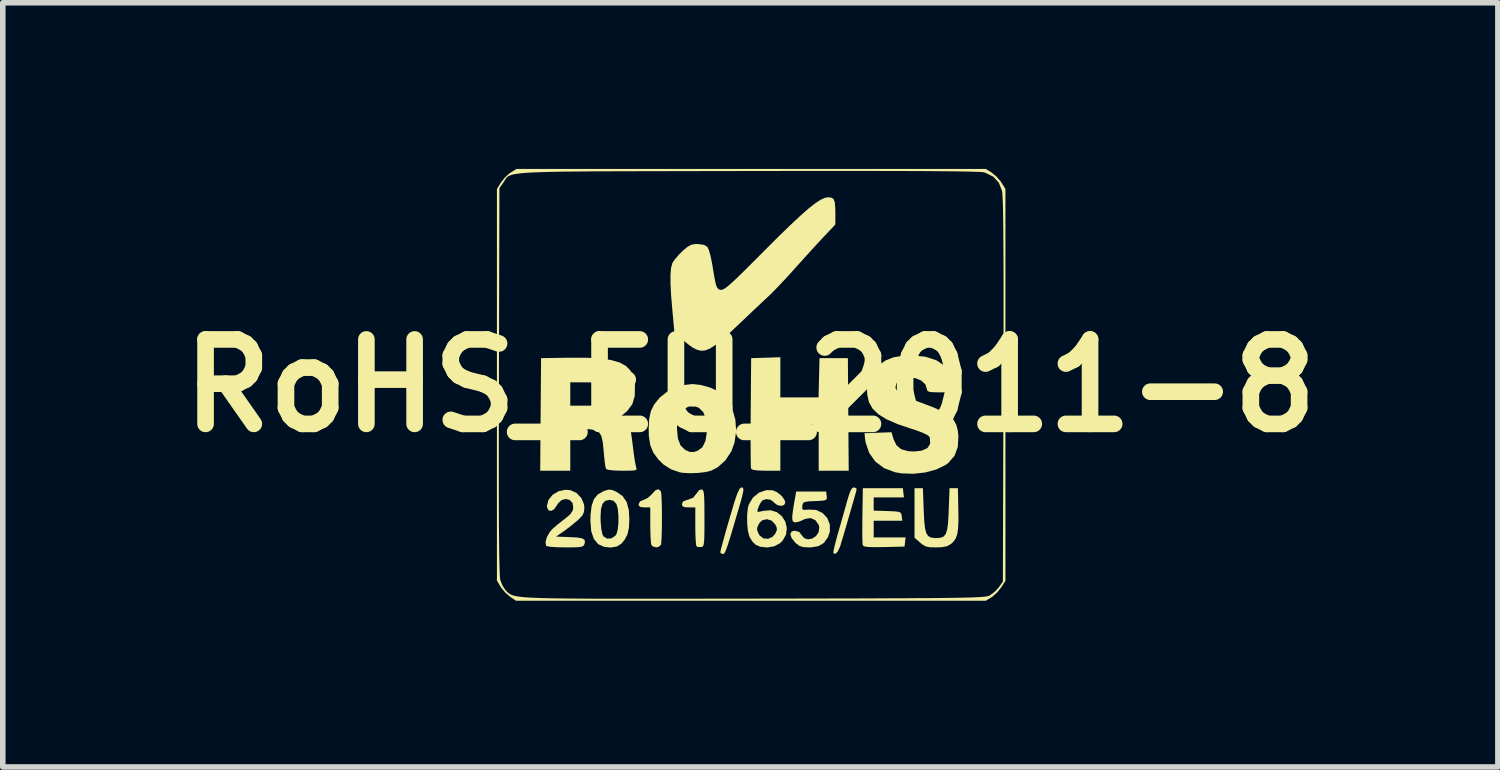
<source format=kicad_pcb>
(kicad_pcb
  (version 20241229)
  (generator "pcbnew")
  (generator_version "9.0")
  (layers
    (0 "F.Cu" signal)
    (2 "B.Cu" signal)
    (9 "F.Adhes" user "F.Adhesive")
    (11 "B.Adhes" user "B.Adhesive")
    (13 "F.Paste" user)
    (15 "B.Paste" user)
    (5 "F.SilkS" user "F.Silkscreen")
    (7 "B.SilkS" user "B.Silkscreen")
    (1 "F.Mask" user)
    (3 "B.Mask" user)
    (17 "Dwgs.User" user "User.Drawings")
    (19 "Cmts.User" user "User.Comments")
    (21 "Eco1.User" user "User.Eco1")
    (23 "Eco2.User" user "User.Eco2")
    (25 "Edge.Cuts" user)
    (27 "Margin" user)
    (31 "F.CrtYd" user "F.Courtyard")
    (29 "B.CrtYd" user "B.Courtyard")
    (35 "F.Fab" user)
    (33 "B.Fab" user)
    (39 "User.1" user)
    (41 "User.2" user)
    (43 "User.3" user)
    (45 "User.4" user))
  (footprint "RoHS_EU_2011-8"
    (layer "F.Cu")
    (at 10.494 3.912)
    (property "Reference" "RoHS_EU_2011-8" (at 0 0 0) (layer "F.SilkS") (effects (font (size 1.524 1.524) (thickness 0.3))))
    (attr board_only exclude_from_pos_files exclude_from_bom)
    (fp_poly (pts (xy 0.542 0.211) (xy 1.232 0.211) (xy 1.24 -0.143) (xy 1.249 -0.497) (xy 1.761 -0.497) (xy 1.776 1.535) (xy 1.234 1.535) (xy 1.234 0.692) (xy 0.542 0.692) (xy 0.542 1.535) (xy 0.285 1.535) (xy 0.141 1.531) (xy 0.053 1.52) (xy 0.015 1.5) (xy 0.014 1.497) (xy 0.01 1.459) (xy 0.008 1.368) (xy 0.006 1.231) (xy 0.005 1.057) (xy 0.005 0.852) (xy 0.006 0.625) (xy 0.007 0.481) (xy 0.015 -0.497) (xy 0.278 -0.505) (xy 0.542 -0.514)) (stroke (width 0) (type solid)) (fill yes) (layer "F.SilkS"))
    (fp_poly (pts (xy 1.915 1.852) (xy 1.916 1.888) (xy 1.88 2.017) (xy 1.836 2.17) (xy 1.788 2.336) (xy 1.74 2.502) (xy 1.695 2.656) (xy 1.656 2.786) (xy 1.628 2.879) (xy 1.615 2.917) (xy 1.575 3) (xy 1.532 3.036) (xy 1.5 3.025) (xy 1.501 2.991) (xy 1.517 2.912) (xy 1.545 2.801) (xy 1.572 2.7) (xy 1.621 2.531) (xy 1.674 2.344) (xy 1.723 2.171) (xy 1.738 2.114) (xy 1.778 1.981) (xy 1.809 1.897) (xy 1.836 1.852) (xy 1.866 1.836) (xy 1.873 1.836)) (stroke (width 0) (type solid)) (fill yes) (layer "F.SilkS"))
    (fp_poly (pts (xy -0.138 1.841) (xy -0.126 1.861) (xy -0.127 1.906) (xy -0.144 1.984) (xy -0.176 2.103) (xy -0.213 2.229) (xy -0.283 2.467) (xy -0.338 2.653) (xy -0.381 2.794) (xy -0.414 2.896) (xy -0.439 2.965) (xy -0.458 3.007) (xy -0.473 3.03) (xy -0.488 3.038) (xy -0.498 3.04) (xy -0.537 3.021) (xy -0.542 3.006) (xy -0.533 2.963) (xy -0.509 2.871) (xy -0.472 2.736) (xy -0.425 2.567) (xy -0.368 2.373) (xy -0.305 2.16) (xy -0.282 2.084) (xy -0.235 1.947) (xy -0.195 1.863) (xy -0.164 1.836)) (stroke (width 0) (type solid)) (fill yes) (layer "F.SilkS"))
    (fp_poly (pts (xy 2.763 1.934) (xy 2.773 2.016) (xy 2.227 2.016) (xy 2.227 2.255) (xy 2.475 2.263) (xy 2.597 2.268) (xy 2.671 2.276) (xy 2.71 2.291) (xy 2.727 2.317) (xy 2.733 2.355) (xy 2.743 2.438) (xy 2.227 2.438) (xy 2.227 2.739) (xy 2.803 2.739) (xy 2.793 2.821) (xy 2.784 2.904) (xy 2.415 2.913) (xy 2.25 2.915) (xy 2.138 2.912) (xy 2.069 2.904) (xy 2.036 2.889) (xy 2.03 2.881) (xy 2.025 2.839) (xy 2.022 2.748) (xy 2.021 2.618) (xy 2.022 2.461) (xy 2.023 2.346) (xy 2.031 1.851) (xy 2.754 1.851)) (stroke (width 0) (type solid)) (fill yes) (layer "F.SilkS"))
    (fp_poly (pts (xy -1.616 1.908) (xy -1.613 1.913) (xy -1.606 1.962) (xy -1.601 2.058) (xy -1.597 2.186) (xy -1.596 2.333) (xy -1.596 2.486) (xy -1.598 2.63) (xy -1.602 2.752) (xy -1.608 2.838) (xy -1.613 2.872) (xy -1.655 2.909) (xy -1.7 2.919) (xy -1.762 2.901) (xy -1.787 2.872) (xy -1.795 2.823) (xy -1.801 2.729) (xy -1.805 2.605) (xy -1.806 2.51) (xy -1.806 2.197) (xy -1.911 2.197) (xy -1.984 2.19) (xy -2.013 2.163) (xy -2.016 2.139) (xy -1.991 2.088) (xy -1.926 2.062) (xy -1.847 2.023) (xy -1.776 1.957) (xy -1.774 1.954) (xy -1.709 1.885) (xy -1.655 1.869)) (stroke (width 0) (type solid)) (fill yes) (layer "F.SilkS"))
    (fp_poly (pts (xy -0.86 1.881) (xy -0.846 1.906) (xy -0.837 1.954) (xy -0.832 2.035) (xy -0.829 2.157) (xy -0.828 2.327) (xy -0.828 2.393) (xy -0.828 2.579) (xy -0.83 2.714) (xy -0.834 2.806) (xy -0.841 2.863) (xy -0.852 2.894) (xy -0.869 2.908) (xy -0.889 2.913) (xy -0.949 2.911) (xy -0.972 2.9) (xy -0.98 2.863) (xy -0.987 2.779) (xy -0.992 2.661) (xy -0.993 2.538) (xy -0.993 2.197) (xy -1.114 2.197) (xy -1.192 2.192) (xy -1.227 2.171) (xy -1.234 2.138) (xy -1.216 2.092) (xy -1.153 2.065) (xy -1.127 2.059) (xy -1.032 2.022) (xy -0.975 1.951) (xy -0.925 1.886) (xy -0.879 1.872)) (stroke (width 0) (type solid)) (fill yes) (layer "F.SilkS"))
    (fp_poly (pts (xy 3.13 2.249) (xy 3.139 2.434) (xy 3.153 2.568) (xy 3.175 2.658) (xy 3.21 2.713) (xy 3.26 2.741) (xy 3.331 2.75) (xy 3.356 2.751) (xy 3.432 2.745) (xy 3.488 2.724) (xy 3.527 2.678) (xy 3.553 2.599) (xy 3.569 2.479) (xy 3.579 2.309) (xy 3.581 2.249) (xy 3.596 1.851) (xy 3.747 1.851) (xy 3.755 2.241) (xy 3.757 2.435) (xy 3.75 2.58) (xy 3.734 2.686) (xy 3.704 2.764) (xy 3.66 2.823) (xy 3.618 2.86) (xy 3.552 2.897) (xy 3.461 2.915) (xy 3.352 2.919) (xy 3.24 2.916) (xy 3.166 2.901) (xy 3.106 2.867) (xy 3.063 2.831) (xy 2.964 2.744) (xy 2.964 1.851) (xy 3.115 1.851)) (stroke (width 0) (type solid)) (fill yes) (layer "F.SilkS"))
    (fp_poly (pts (xy -2.499 1.881) (xy -2.419 1.915) (xy -2.418 1.915) (xy -2.306 1.992) (xy -2.233 2.098) (xy -2.194 2.241) (xy -2.184 2.408) (xy -2.191 2.564) (xy -2.217 2.682) (xy -2.267 2.779) (xy -2.326 2.851) (xy -2.409 2.903) (xy -2.521 2.922) (xy -2.639 2.909) (xy -2.741 2.863) (xy -2.749 2.857) (xy -2.825 2.765) (xy -2.871 2.63) (xy -2.887 2.448) (xy -2.885 2.377) (xy -2.704 2.377) (xy -2.702 2.441) (xy -2.691 2.579) (xy -2.671 2.679) (xy -2.651 2.72) (xy -2.584 2.761) (xy -2.505 2.755) (xy -2.437 2.709) (xy -2.416 2.678) (xy -2.393 2.595) (xy -2.381 2.476) (xy -2.381 2.345) (xy -2.392 2.225) (xy -2.415 2.139) (xy -2.416 2.137) (xy -2.469 2.077) (xy -2.543 2.061) (xy -2.618 2.078) (xy -2.668 2.132) (xy -2.696 2.23) (xy -2.704 2.377) (xy -2.885 2.377) (xy -2.885 2.338) (xy -2.865 2.169) (xy -2.823 2.047) (xy -2.751 1.961) (xy -2.646 1.903) (xy -2.639 1.9) (xy -2.562 1.877)) (stroke (width 0) (type solid)) (fill yes) (layer "F.SilkS"))
    (fp_poly (pts (xy -3.249 1.886) (xy -3.138 1.936) (xy -3.05 2.029) (xy -3.001 2.145) (xy -2.996 2.201) (xy -3.003 2.28) (xy -3.031 2.342) (xy -3.093 2.409) (xy -3.12 2.433) (xy -3.222 2.518) (xy -3.334 2.604) (xy -3.375 2.633) (xy -3.506 2.724) (xy -3.265 2.733) (xy -3.127 2.74) (xy -3.04 2.755) (xy -2.995 2.779) (xy -2.985 2.818) (xy -2.993 2.856) (xy -3.006 2.884) (xy -3.031 2.902) (xy -3.079 2.913) (xy -3.161 2.918) (xy -3.289 2.919) (xy -3.341 2.919) (xy -3.486 2.916) (xy -3.599 2.909) (xy -3.669 2.897) (xy -3.687 2.888) (xy -3.697 2.822) (xy -3.672 2.732) (xy -3.619 2.64) (xy -3.571 2.586) (xy -3.489 2.514) (xy -3.388 2.434) (xy -3.341 2.398) (xy -3.252 2.323) (xy -3.207 2.256) (xy -3.196 2.208) (xy -3.209 2.119) (xy -3.258 2.064) (xy -3.329 2.045) (xy -3.405 2.064) (xy -3.471 2.124) (xy -3.491 2.159) (xy -3.542 2.231) (xy -3.598 2.261) (xy -3.645 2.248) (xy -3.67 2.191) (xy -3.672 2.171) (xy -3.644 2.062) (xy -3.57 1.971) (xy -3.464 1.907) (xy -3.339 1.879)) (stroke (width 0) (type solid)) (fill yes) (layer "F.SilkS"))
    (fp_poly (pts (xy -0.888 -0.012) (xy -0.718 0.036) (xy -0.572 0.106) (xy -0.533 0.133) (xy -0.41 0.262) (xy -0.321 0.43) (xy -0.269 0.622) (xy -0.256 0.825) (xy -0.285 1.026) (xy -0.341 1.182) (xy -0.449 1.347) (xy -0.588 1.472) (xy -0.705 1.534) (xy -0.808 1.559) (xy -0.946 1.575) (xy -1.091 1.58) (xy -1.22 1.573) (xy -1.272 1.564) (xy -1.435 1.508) (xy -1.568 1.422) (xy -1.663 1.328) (xy -1.75 1.21) (xy -1.805 1.077) (xy -1.831 0.914) (xy -1.835 0.782) (xy -1.835 0.777) (xy -1.324 0.777) (xy -1.308 0.952) (xy -1.259 1.079) (xy -1.179 1.157) (xy -1.178 1.158) (xy -1.095 1.195) (xy -1.025 1.198) (xy -0.951 1.175) (xy -0.865 1.111) (xy -0.809 0.996) (xy -0.784 0.833) (xy -0.783 0.776) (xy -0.799 0.605) (xy -0.849 0.478) (xy -0.929 0.399) (xy -0.986 0.378) (xy -1.109 0.376) (xy -1.208 0.426) (xy -1.278 0.525) (xy -1.317 0.668) (xy -1.324 0.777) (xy -1.835 0.777) (xy -1.826 0.6) (xy -1.795 0.458) (xy -1.735 0.337) (xy -1.639 0.22) (xy -1.631 0.211) (xy -1.462 0.079) (xy -1.264 -0.003) (xy -1.054 -0.03)) (stroke (width 0) (type solid)) (fill yes) (layer "F.SilkS"))
    (fp_poly (pts (xy 1.379 1.992) (xy 1.381 2.034) (xy 1.369 2.059) (xy 1.329 2.072) (xy 1.25 2.079) (xy 1.168 2.083) (xy 1.055 2.088) (xy 0.988 2.098) (xy 0.955 2.115) (xy 0.942 2.147) (xy 0.939 2.172) (xy 0.937 2.223) (xy 0.958 2.242) (xy 1.018 2.24) (xy 1.047 2.236) (xy 1.187 2.243) (xy 1.303 2.298) (xy 1.389 2.388) (xy 1.435 2.505) (xy 1.436 2.635) (xy 1.4 2.738) (xy 1.327 2.839) (xy 1.228 2.897) (xy 1.091 2.919) (xy 1.059 2.919) (xy 0.956 2.914) (xy 0.886 2.892) (xy 0.824 2.845) (xy 0.81 2.831) (xy 0.743 2.747) (xy 0.722 2.678) (xy 0.746 2.632) (xy 0.805 2.618) (xy 0.883 2.64) (xy 0.918 2.686) (xy 0.972 2.752) (xy 1.043 2.774) (xy 1.119 2.759) (xy 1.187 2.713) (xy 1.233 2.645) (xy 1.245 2.56) (xy 1.234 2.513) (xy 1.174 2.427) (xy 1.087 2.389) (xy 0.989 2.405) (xy 0.964 2.417) (xy 0.885 2.453) (xy 0.815 2.468) (xy 0.78 2.46) (xy 0.761 2.432) (xy 0.756 2.373) (xy 0.766 2.275) (xy 0.789 2.129) (xy 0.793 2.107) (xy 0.828 1.911) (xy 1.369 1.911)) (stroke (width 0) (type solid)) (fill yes) (layer "F.SilkS"))
    (fp_poly (pts (xy 0.402 1.888) (xy 0.483 1.923) (xy 0.561 1.985) (xy 0.616 2.058) (xy 0.632 2.111) (xy 0.609 2.154) (xy 0.554 2.169) (xy 0.489 2.156) (xy 0.435 2.116) (xy 0.428 2.107) (xy 0.367 2.059) (xy 0.284 2.048) (xy 0.22 2.07) (xy 0.189 2.108) (xy 0.156 2.17) (xy 0.132 2.234) (xy 0.128 2.274) (xy 0.129 2.276) (xy 0.162 2.276) (xy 0.227 2.261) (xy 0.231 2.26) (xy 0.364 2.248) (xy 0.479 2.283) (xy 0.57 2.356) (xy 0.632 2.454) (xy 0.659 2.568) (xy 0.645 2.686) (xy 0.584 2.796) (xy 0.537 2.843) (xy 0.432 2.899) (xy 0.303 2.921) (xy 0.177 2.907) (xy 0.094 2.87) (xy 0.033 2.808) (xy -0.017 2.724) (xy -0.018 2.721) (xy -0.044 2.619) (xy -0.047 2.588) (xy 0.12 2.588) (xy 0.137 2.647) (xy 0.168 2.704) (xy 0.237 2.757) (xy 0.322 2.764) (xy 0.403 2.727) (xy 0.45 2.671) (xy 0.48 2.605) (xy 0.474 2.552) (xy 0.45 2.505) (xy 0.385 2.436) (xy 0.301 2.41) (xy 0.218 2.428) (xy 0.168 2.473) (xy 0.132 2.54) (xy 0.12 2.588) (xy -0.047 2.588) (xy -0.057 2.484) (xy -0.058 2.34) (xy -0.045 2.212) (xy -0.028 2.146) (xy 0.048 2.019) (xy 0.159 1.929) (xy 0.291 1.885)) (stroke (width 0) (type solid)) (fill yes) (layer "F.SilkS"))
    (fp_poly (pts (xy -2.964 -0.505) (xy -2.714 -0.491) (xy -2.513 -0.463) (xy -2.358 -0.418) (xy -2.242 -0.354) (xy -2.161 -0.269) (xy -2.11 -0.161) (xy -2.085 -0.028) (xy -2.083 -0.004) (xy -2.086 0.185) (xy -2.13 0.334) (xy -2.217 0.451) (xy -2.243 0.475) (xy -2.345 0.559) (xy -2.257 0.642) (xy -2.22 0.679) (xy -2.193 0.717) (xy -2.172 0.767) (xy -2.155 0.84) (xy -2.139 0.946) (xy -2.12 1.098) (xy -2.112 1.159) (xy -2.096 1.282) (xy -2.079 1.389) (xy -2.064 1.459) (xy -2.062 1.467) (xy -2.053 1.499) (xy -2.062 1.519) (xy -2.096 1.53) (xy -2.169 1.534) (xy -2.289 1.535) (xy -2.312 1.535) (xy -2.452 1.531) (xy -2.552 1.521) (xy -2.602 1.505) (xy -2.605 1.502) (xy -2.616 1.459) (xy -2.629 1.371) (xy -2.641 1.253) (xy -2.647 1.181) (xy -2.664 1.019) (xy -2.689 0.908) (xy -2.733 0.838) (xy -2.804 0.8) (xy -2.912 0.785) (xy -3.028 0.782) (xy -3.25 0.782) (xy -3.25 1.535) (xy -3.793 1.535) (xy -3.784 0.361) (xy -3.25 0.361) (xy -2.993 0.361) (xy -2.865 0.36) (xy -2.781 0.352) (xy -2.725 0.336) (xy -2.683 0.307) (xy -2.662 0.287) (xy -2.601 0.193) (xy -2.595 0.094) (xy -2.644 0.005) (xy -2.648 0) (xy -2.686 -0.03) (xy -2.738 -0.048) (xy -2.818 -0.057) (xy -2.939 -0.06) (xy -2.979 -0.06) (xy -3.25 -0.06) (xy -3.25 0.361) (xy -3.784 0.361) (xy -3.777 -0.497) (xy -3.269 -0.505)) (stroke (width 0) (type solid)) (fill yes) (layer "F.SilkS"))
    (fp_poly (pts (xy 1.462 -3.395) (xy 1.502 -3.369) (xy 1.524 -3.313) (xy 1.533 -3.217) (xy 1.535 -3.107) (xy 1.535 -2.909) (xy 1.347 -2.711) (xy 1.26 -2.618) (xy 1.145 -2.493) (xy 1.015 -2.35) (xy 0.882 -2.202) (xy 0.82 -2.134) (xy 0.694 -1.994) (xy 0.568 -1.858) (xy 0.453 -1.738) (xy 0.361 -1.645) (xy 0.324 -1.61) (xy 0.245 -1.537) (xy 0.135 -1.433) (xy 0.006 -1.312) (xy -0.128 -1.184) (xy -0.181 -1.134) (xy -0.365 -0.96) (xy -0.514 -0.827) (xy -0.635 -0.731) (xy -0.734 -0.668) (xy -0.817 -0.636) (xy -0.891 -0.63) (xy -0.963 -0.649) (xy -1.038 -0.687) (xy -1.045 -0.691) (xy -1.124 -0.748) (xy -1.216 -0.826) (xy -1.257 -0.866) (xy -1.372 -0.981) (xy -1.408 -1.371) (xy -1.43 -1.634) (xy -1.441 -1.844) (xy -1.441 -2.006) (xy -1.431 -2.125) (xy -1.409 -2.207) (xy -1.402 -2.223) (xy -1.356 -2.288) (xy -1.283 -2.372) (xy -1.222 -2.432) (xy -1.136 -2.505) (xy -1.068 -2.543) (xy -0.994 -2.557) (xy -0.953 -2.558) (xy -0.835 -2.542) (xy -0.775 -2.505) (xy -0.75 -2.453) (xy -0.721 -2.355) (xy -0.694 -2.227) (xy -0.68 -2.146) (xy -0.654 -1.986) (xy -0.633 -1.877) (xy -0.615 -1.806) (xy -0.596 -1.765) (xy -0.572 -1.742) (xy -0.552 -1.733) (xy -0.527 -1.728) (xy -0.497 -1.736) (xy -0.456 -1.758) (xy -0.4 -1.801) (xy -0.324 -1.867) (xy -0.225 -1.96) (xy -0.098 -2.085) (xy 0.063 -2.245) (xy 0.256 -2.439) (xy 0.505 -2.688) (xy 0.717 -2.894) (xy 0.896 -3.061) (xy 1.044 -3.192) (xy 1.166 -3.288) (xy 1.264 -3.353) (xy 1.342 -3.39) (xy 1.4 -3.401)) (stroke (width 0) (type solid)) (fill yes) (layer "F.SilkS"))
    (fp_poly (pts (xy 3.162 -0.523) (xy 3.362 -0.457) (xy 3.517 -0.352) (xy 3.591 -0.26) (xy 3.655 -0.14) (xy 3.694 -0.02) (xy 3.701 0.038) (xy 3.702 0.12) (xy 3.446 0.12) (xy 3.32 0.119) (xy 3.244 0.113) (xy 3.204 0.1) (xy 3.19 0.078) (xy 3.189 0.068) (xy 3.161 -0.022) (xy 3.088 -0.091) (xy 2.986 -0.134) (xy 2.867 -0.146) (xy 2.747 -0.122) (xy 2.707 -0.105) (xy 2.637 -0.042) (xy 2.619 0.036) (xy 2.657 0.114) (xy 2.672 0.13) (xy 2.72 0.158) (xy 2.812 0.201) (xy 2.936 0.252) (xy 3.079 0.306) (xy 3.099 0.313) (xy 3.311 0.394) (xy 3.472 0.467) (xy 3.589 0.539) (xy 3.668 0.616) (xy 3.718 0.706) (xy 3.746 0.814) (xy 3.756 0.913) (xy 3.745 1.106) (xy 3.686 1.265) (xy 3.576 1.393) (xy 3.521 1.433) (xy 3.358 1.512) (xy 3.16 1.566) (xy 2.944 1.59) (xy 2.73 1.583) (xy 2.61 1.562) (xy 2.414 1.488) (xy 2.258 1.371) (xy 2.146 1.215) (xy 2.081 1.023) (xy 2.07 0.948) (xy 2.061 0.858) (xy 2.305 0.849) (xy 2.548 0.84) (xy 2.584 0.962) (xy 2.638 1.075) (xy 2.724 1.147) (xy 2.849 1.182) (xy 2.952 1.188) (xy 3.098 1.172) (xy 3.197 1.125) (xy 3.246 1.05) (xy 3.242 0.95) (xy 3.232 0.92) (xy 3.194 0.889) (xy 3.107 0.848) (xy 2.978 0.8) (xy 2.908 0.778) (xy 2.656 0.693) (xy 2.459 0.607) (xy 2.311 0.515) (xy 2.207 0.414) (xy 2.142 0.299) (xy 2.111 0.164) (xy 2.107 0.072) (xy 2.129 -0.099) (xy 2.199 -0.244) (xy 2.313 -0.366) (xy 2.442 -0.456) (xy 2.587 -0.513) (xy 2.762 -0.541) (xy 2.925 -0.546)) (stroke (width 0) (type solid)) (fill yes) (layer "F.SilkS"))
    (fp_poly (pts (xy 4.355 -3.848) (xy 4.438 -3.78) (xy 4.516 -3.691) (xy 4.531 -3.669) (xy 4.605 -3.552) (xy 4.605 3.522) (xy 4.531 3.638) (xy 4.46 3.728) (xy 4.375 3.805) (xy 4.355 3.818) (xy 4.251 3.882) (xy -4.229 3.882) (xy -4.338 3.809) (xy -4.425 3.733) (xy -4.501 3.642) (xy -4.51 3.626) (xy -4.574 3.518) (xy -4.574 1.471) (xy -4.54 1.471) (xy -4.54 1.882) (xy -4.539 2.24) (xy -4.538 2.55) (xy -4.535 2.812) (xy -4.533 3.029) (xy -4.529 3.204) (xy -4.525 3.338) (xy -4.521 3.433) (xy -4.516 3.493) (xy -4.512 3.511) (xy -4.474 3.608) (xy -4.421 3.688) (xy -4.408 3.702) (xy -4.387 3.723) (xy -4.367 3.741) (xy -4.346 3.758) (xy -4.319 3.772) (xy -4.285 3.785) (xy -4.241 3.797) (xy -4.182 3.807) (xy -4.107 3.816) (xy -4.012 3.823) (xy -3.894 3.829) (xy -3.751 3.834) (xy -3.579 3.838) (xy -3.375 3.841) (xy -3.137 3.843) (xy -2.861 3.845) (xy -2.544 3.846) (xy -2.183 3.846) (xy -1.776 3.846) (xy -1.319 3.846) (xy -0.809 3.845) (xy -0.244 3.844) (xy 0.06 3.844) (xy 0.646 3.843) (xy 1.175 3.842) (xy 1.649 3.841) (xy 2.073 3.84) (xy 2.448 3.838) (xy 2.778 3.837) (xy 3.066 3.835) (xy 3.315 3.834) (xy 3.527 3.831) (xy 3.707 3.829) (xy 3.856 3.826) (xy 3.978 3.823) (xy 4.076 3.819) (xy 4.153 3.815) (xy 4.211 3.81) (xy 4.255 3.805) (xy 4.286 3.799) (xy 4.308 3.792) (xy 4.324 3.785) (xy 4.407 3.723) (xy 4.483 3.643) (xy 4.489 3.634) (xy 4.559 3.536) (xy 4.569 0.09) (xy 4.57 -0.495) (xy 4.571 -1.023) (xy 4.571 -1.494) (xy 4.571 -1.91) (xy 4.57 -2.274) (xy 4.568 -2.588) (xy 4.566 -2.852) (xy 4.563 -3.07) (xy 4.56 -3.243) (xy 4.555 -3.372) (xy 4.55 -3.461) (xy 4.545 -3.511) (xy 4.544 -3.513) (xy 4.486 -3.664) (xy 4.386 -3.773) (xy 4.239 -3.845) (xy 4.214 -3.852) (xy 4.167 -3.857) (xy 4.065 -3.861) (xy 3.908 -3.865) (xy 3.695 -3.869) (xy 3.426 -3.871) (xy 3.1 -3.874) (xy 2.717 -3.875) (xy 2.276 -3.876) (xy 1.777 -3.877) (xy 1.219 -3.877) (xy 0.602 -3.876) (xy -0.05 -3.875) (xy -0.642 -3.874) (xy -1.177 -3.873) (xy -1.658 -3.872) (xy -2.087 -3.871) (xy -2.468 -3.87) (xy -2.804 -3.869) (xy -3.097 -3.866) (xy -3.351 -3.864) (xy -3.569 -3.86) (xy -3.754 -3.855) (xy -3.908 -3.85) (xy -4.035 -3.843) (xy -4.137 -3.834) (xy -4.218 -3.824) (xy -4.281 -3.813) (xy -4.328 -3.799) (xy -4.362 -3.784) (xy -4.388 -3.767) (xy -4.406 -3.747) (xy -4.422 -3.725) (xy -4.436 -3.7) (xy -4.453 -3.673) (xy -4.459 -3.664) (xy -4.529 -3.566) (xy -4.538 -0.09) (xy -4.539 0.488) (xy -4.54 1.007) (xy -4.54 1.471) (xy -4.574 1.471) (xy -4.574 -3.552) (xy -4.501 -3.669) (xy -4.43 -3.758) (xy -4.345 -3.835) (xy -4.324 -3.848) (xy -4.221 -3.912) (xy 4.251 -3.912)) (stroke (width 0) (type solid)) (fill yes) (layer "F.SilkS")))
  (gr_rect
    (start -3 -3)
    (end 23.988 10.795)
    (stroke (width 0.1) (type default))
    (fill no)
    (layer "Edge.Cuts")))
</source>
